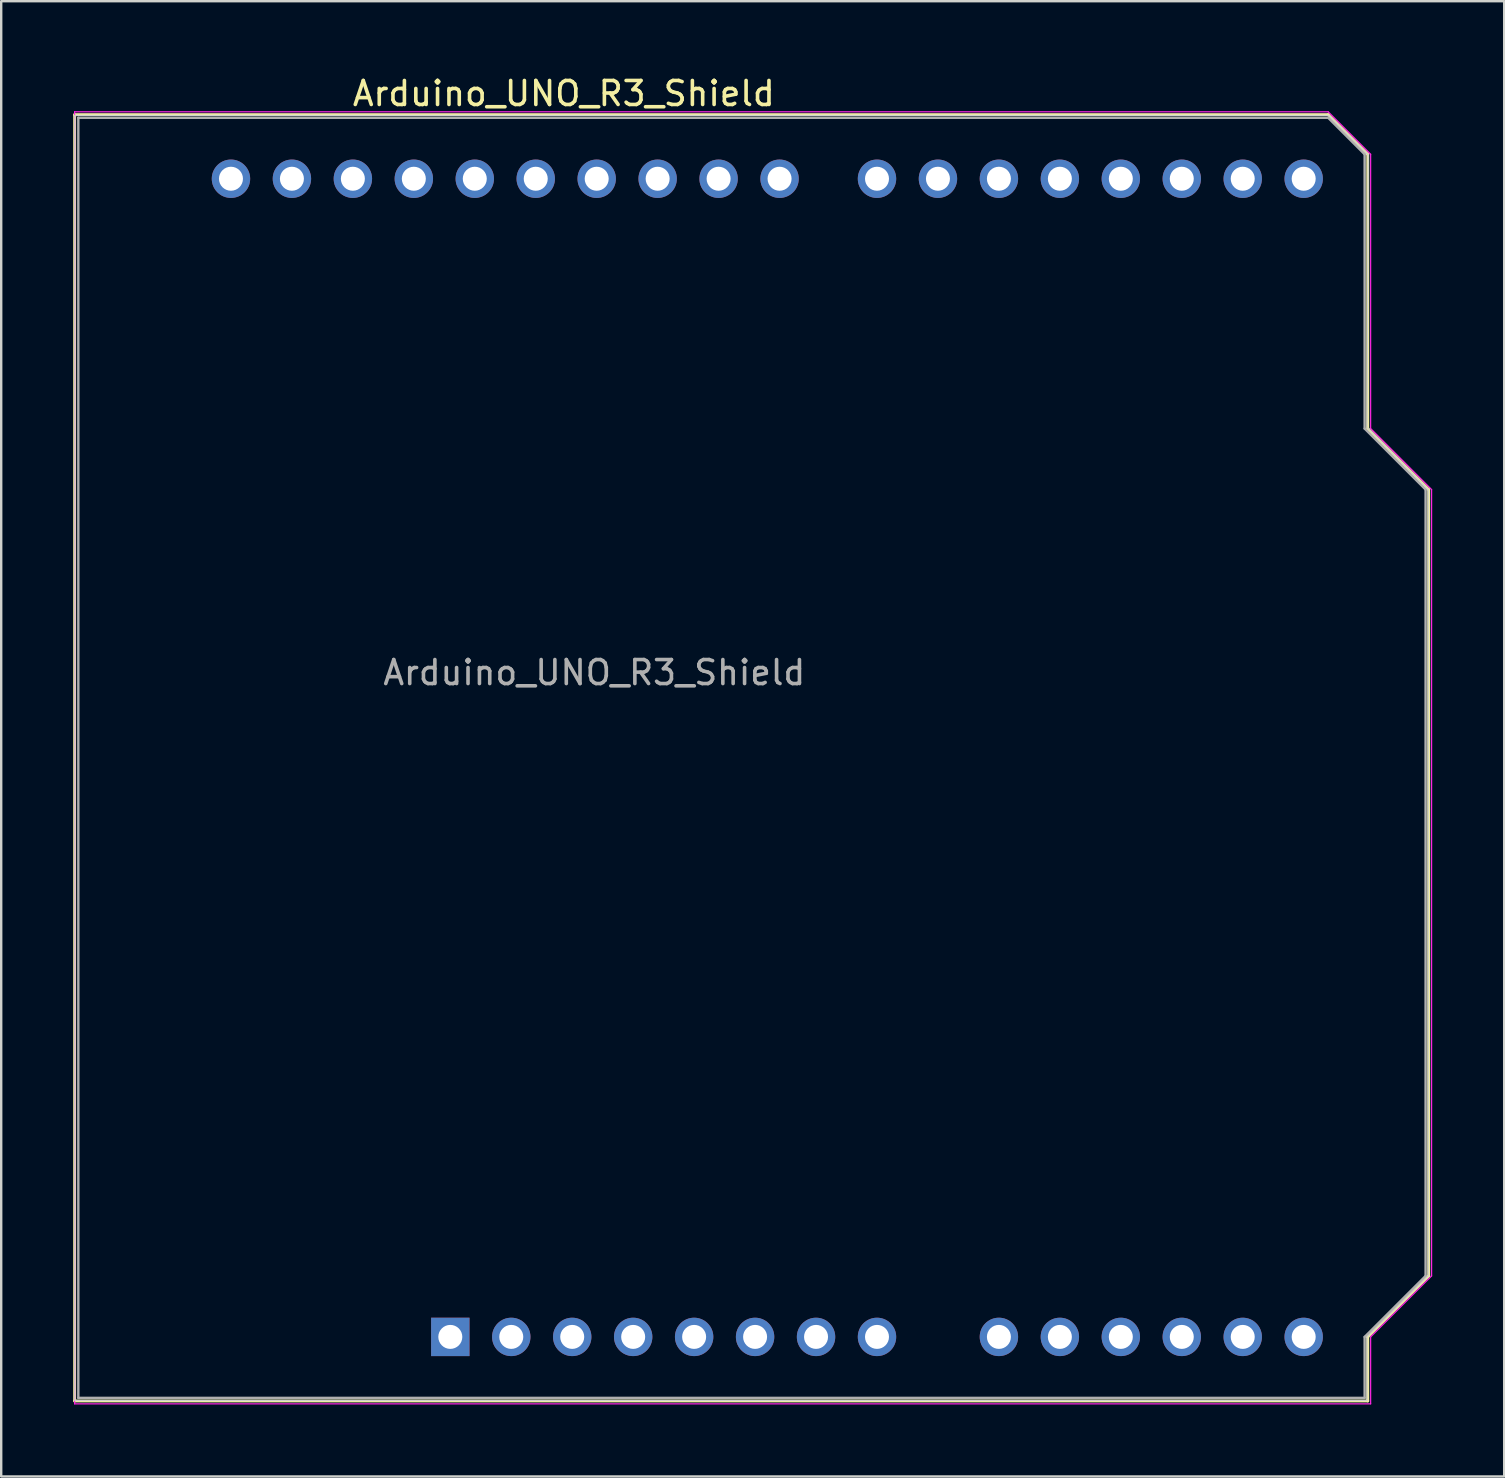
<source format=kicad_pcb>
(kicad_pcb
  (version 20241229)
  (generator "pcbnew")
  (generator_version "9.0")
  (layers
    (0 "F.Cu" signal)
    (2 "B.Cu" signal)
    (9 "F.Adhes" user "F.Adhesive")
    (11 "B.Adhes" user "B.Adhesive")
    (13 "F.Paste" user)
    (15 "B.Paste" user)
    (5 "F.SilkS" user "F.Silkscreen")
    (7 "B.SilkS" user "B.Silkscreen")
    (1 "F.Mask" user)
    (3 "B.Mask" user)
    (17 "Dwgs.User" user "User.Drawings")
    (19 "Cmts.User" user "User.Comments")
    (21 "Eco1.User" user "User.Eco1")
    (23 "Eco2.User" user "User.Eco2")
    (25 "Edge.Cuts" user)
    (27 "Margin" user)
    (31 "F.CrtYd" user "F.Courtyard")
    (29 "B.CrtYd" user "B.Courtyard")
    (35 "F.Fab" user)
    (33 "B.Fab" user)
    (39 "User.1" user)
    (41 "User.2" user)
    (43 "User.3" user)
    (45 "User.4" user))
  (footprint "Arduino_UNO_R3_Shield"
    (layer "F.Cu")
    (at 15.714 4.658)
    (property "Reference" "Arduino_UNO_R3_Shield" (at 4.73 -3.81 180) (layer "F.SilkS") (effects (font (size 1 1) (thickness 0.15))))
    (attr through_hole)
    (fp_line (start -15.654 -2.93) (end 36.58 -2.93) (stroke (width 0.12) (type solid)) (layer "F.SilkS"))
    (fp_line (start -15.654 50.67) (end -15.654 -2.93) (stroke (width 0.12) (type solid)) (layer "F.SilkS"))
    (fp_line (start 36.58 -2.93) (end 38.23 -1.28) (stroke (width 0.12) (type solid)) (layer "F.SilkS"))
    (fp_line (start 38.23 -1.28) (end 38.23 10.15) (stroke (width 0.12) (type solid)) (layer "F.SilkS"))
    (fp_line (start 38.23 10.15) (end 40.77 12.69) (stroke (width 0.12) (type solid)) (layer "F.SilkS"))
    (fp_line (start 38.23 48) (end 38.23 50.67) (stroke (width 0.12) (type solid)) (layer "F.SilkS"))
    (fp_line (start 38.23 50.67) (end -15.654 50.67) (stroke (width 0.12) (type solid)) (layer "F.SilkS"))
    (fp_line (start 40.77 12.69) (end 40.77 45.46) (stroke (width 0.12) (type solid)) (layer "F.SilkS"))
    (fp_line (start 40.77 45.46) (end 38.23 48) (stroke (width 0.12) (type solid)) (layer "F.SilkS"))
    (fp_poly (pts (xy 38.2 50.65) (xy 38.2 48) (xy 40.75 45.45) (xy 40.75 12.7) (xy 38.2 10.1) (xy 38.25 -1.25) (xy 36.6 -2.9) (xy -15.65 -2.9) (xy -15.65 50.65)) (stroke (width 0.05) (type solid)) (fill no) (layer "Edge.Cuts"))
    (fp_line (start -15.654 -3.05) (end -15.654 50.79) (stroke (width 0.05) (type solid)) (layer "F.CrtYd"))
    (fp_line (start -15.654 50.79) (end 38.35 50.79) (stroke (width 0.05) (type solid)) (layer "F.CrtYd"))
    (fp_line (start 36.58 -3.05) (end -15.654 -3.05) (stroke (width 0.05) (type solid)) (layer "F.CrtYd"))
    (fp_line (start 38.35 -1.28) (end 36.58 -3.05) (stroke (width 0.05) (type solid)) (layer "F.CrtYd"))
    (fp_line (start 38.35 10.15) (end 38.35 -1.28) (stroke (width 0.05) (type solid)) (layer "F.CrtYd"))
    (fp_line (start 38.35 48) (end 40.89 45.46) (stroke (width 0.05) (type solid)) (layer "F.CrtYd"))
    (fp_line (start 38.35 50.79) (end 38.35 48) (stroke (width 0.05) (type solid)) (layer "F.CrtYd"))
    (fp_line (start 40.89 12.69) (end 38.35 10.15) (stroke (width 0.05) (type solid)) (layer "F.CrtYd"))
    (fp_line (start 40.89 45.46) (end 40.89 12.69) (stroke (width 0.05) (type solid)) (layer "F.CrtYd"))
    (fp_line (start -15.5 -2.8) (end -15.5 50.54) (stroke (width 0.1) (type solid)) (layer "F.Fab"))
    (fp_line (start -15.5 50.54) (end 38.1 50.54) (stroke (width 0.1) (type solid)) (layer "F.Fab"))
    (fp_line (start 36.58 -2.8) (end -15.5 -2.8) (stroke (width 0.1) (type solid)) (layer "F.Fab"))
    (fp_line (start 38.1 -1.28) (end 36.58 -2.8) (stroke (width 0.1) (type solid)) (layer "F.Fab"))
    (fp_line (start 38.1 10.15) (end 38.1 -1.28) (stroke (width 0.1) (type solid)) (layer "F.Fab"))
    (fp_line (start 38.1 48) (end 40.64 45.46) (stroke (width 0.1) (type solid)) (layer "F.Fab"))
    (fp_line (start 38.1 50.54) (end 38.1 48) (stroke (width 0.1) (type solid)) (layer "F.Fab"))
    (fp_line (start 40.64 12.69) (end 38.1 10.15) (stroke (width 0.1) (type solid)) (layer "F.Fab"))
    (fp_line (start 40.64 45.46) (end 40.64 12.69) (stroke (width 0.1) (type solid)) (layer "F.Fab"))
    (fp_text user "${REFERENCE}" (at 6 20.32 180) (layer "F.Fab") (effects (font (size 1 1) (thickness 0.15))))
    (pad "1" thru_hole rect (at 0 48 270) (size 1.6 1.6) (drill 1) (layers "*.Cu" "*.Mask"))
    (pad "2" thru_hole oval (at 2.54 48 270) (size 1.6 1.6) (drill 1) (layers "*.Cu" "*.Mask"))
    (pad "3" thru_hole oval (at 5.08 48 270) (size 1.6 1.6) (drill 1) (layers "*.Cu" "*.Mask"))
    (pad "4" thru_hole oval (at 7.62 48 270) (size 1.6 1.6) (drill 1) (layers "*.Cu" "*.Mask"))
    (pad "5" thru_hole oval (at 10.16 48 270) (size 1.6 1.6) (drill 1) (layers "*.Cu" "*.Mask"))
    (pad "6" thru_hole oval (at 12.7 48 270) (size 1.6 1.6) (drill 1) (layers "*.Cu" "*.Mask"))
    (pad "7" thru_hole oval (at 15.24 48 270) (size 1.6 1.6) (drill 1) (layers "*.Cu" "*.Mask"))
    (pad "8" thru_hole oval (at 17.78 48 270) (size 1.6 1.6) (drill 1) (layers "*.Cu" "*.Mask"))
    (pad "9" thru_hole oval (at 22.86 48 270) (size 1.6 1.6) (drill 1) (layers "*.Cu" "*.Mask"))
    (pad "10" thru_hole oval (at 25.4 48 270) (size 1.6 1.6) (drill 1) (layers "*.Cu" "*.Mask"))
    (pad "11" thru_hole oval (at 27.94 48 270) (size 1.6 1.6) (drill 1) (layers "*.Cu" "*.Mask"))
    (pad "12" thru_hole oval (at 30.48 48 270) (size 1.6 1.6) (drill 1) (layers "*.Cu" "*.Mask"))
    (pad "13" thru_hole oval (at 33.02 48 270) (size 1.6 1.6) (drill 1) (layers "*.Cu" "*.Mask"))
    (pad "14" thru_hole oval (at 35.56 48 270) (size 1.6 1.6) (drill 1) (layers "*.Cu" "*.Mask"))
    (pad "15" thru_hole oval (at 35.56 -0.26 270) (size 1.6 1.6) (drill 1) (layers "*.Cu" "*.Mask"))
    (pad "16" thru_hole oval (at 33.02 -0.26 270) (size 1.6 1.6) (drill 1) (layers "*.Cu" "*.Mask"))
    (pad "17" thru_hole oval (at 30.48 -0.26 270) (size 1.6 1.6) (drill 1) (layers "*.Cu" "*.Mask"))
    (pad "18" thru_hole oval (at 27.94 -0.26 270) (size 1.6 1.6) (drill 1) (layers "*.Cu" "*.Mask"))
    (pad "19" thru_hole oval (at 25.4 -0.26 270) (size 1.6 1.6) (drill 1) (layers "*.Cu" "*.Mask"))
    (pad "20" thru_hole oval (at 22.86 -0.26 270) (size 1.6 1.6) (drill 1) (layers "*.Cu" "*.Mask"))
    (pad "21" thru_hole oval (at 20.32 -0.26 270) (size 1.6 1.6) (drill 1) (layers "*.Cu" "*.Mask"))
    (pad "22" thru_hole oval (at 17.78 -0.26 270) (size 1.6 1.6) (drill 1) (layers "*.Cu" "*.Mask"))
    (pad "23" thru_hole oval (at 13.72 -0.26 270) (size 1.6 1.6) (drill 1) (layers "*.Cu" "*.Mask"))
    (pad "24" thru_hole oval (at 11.18 -0.26 270) (size 1.6 1.6) (drill 1) (layers "*.Cu" "*.Mask"))
    (pad "25" thru_hole oval (at 8.64 -0.26 270) (size 1.6 1.6) (drill 1) (layers "*.Cu" "*.Mask"))
    (pad "26" thru_hole oval (at 6.1 -0.26 270) (size 1.6 1.6) (drill 1) (layers "*.Cu" "*.Mask"))
    (pad "27" thru_hole oval (at 3.56 -0.26 270) (size 1.6 1.6) (drill 1) (layers "*.Cu" "*.Mask"))
    (pad "28" thru_hole oval (at 1.02 -0.26 270) (size 1.6 1.6) (drill 1) (layers "*.Cu" "*.Mask"))
    (pad "29" thru_hole oval (at -1.52 -0.26 270) (size 1.6 1.6) (drill 1) (layers "*.Cu" "*.Mask"))
    (pad "30" thru_hole oval (at -4.06 -0.26 270) (size 1.6 1.6) (drill 1) (layers "*.Cu" "*.Mask"))
    (pad "31" thru_hole oval (at -6.6 -0.26 270) (size 1.6 1.6) (drill 1) (layers "*.Cu" "*.Mask"))
    (pad "32" thru_hole oval (at -9.14 -0.26 270) (size 1.6 1.6) (drill 1) (layers "*.Cu" "*.Mask")))
  (gr_rect
    (start -3 -3)
    (end 59.629 58.473)
    (stroke (width 0.1) (type default))
    (fill no)
    (layer "Edge.Cuts")))
</source>
